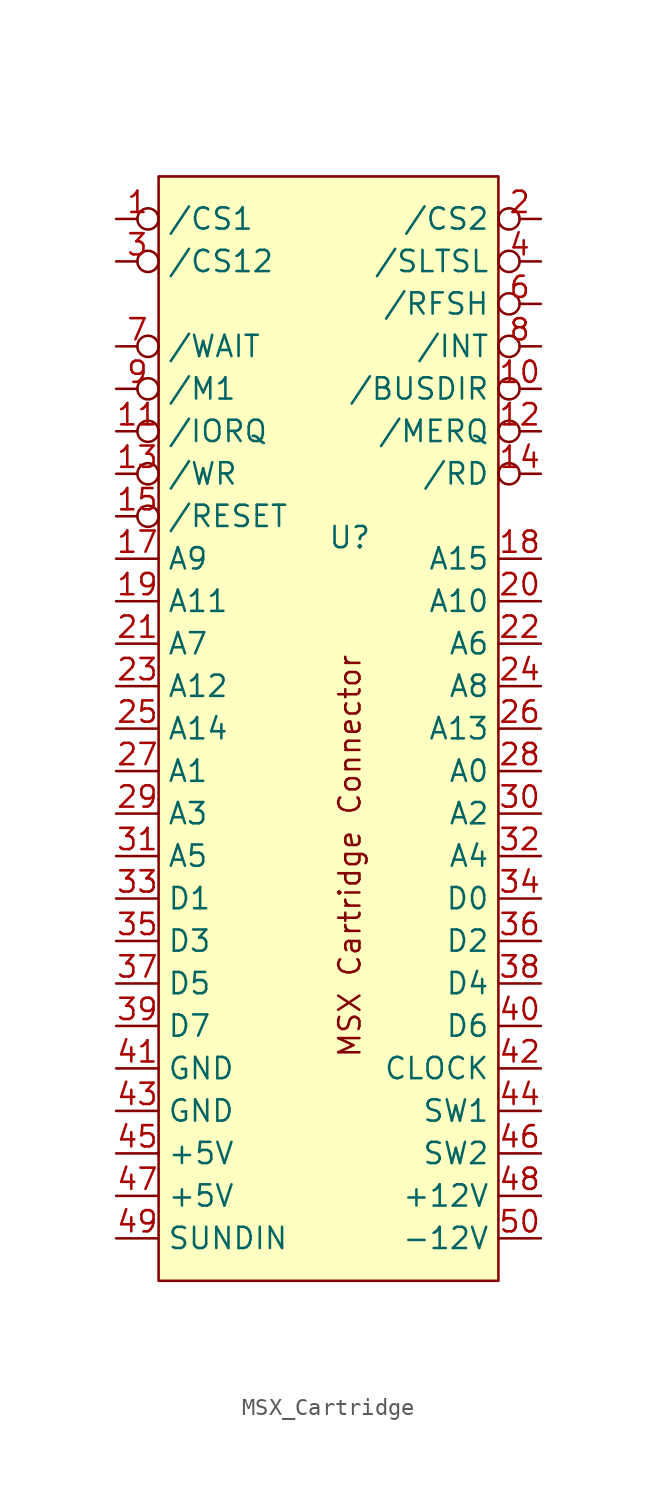
<source format=kicad_sym>
(kicad_symbol_lib
  (version 20220914)
  (generator kicad_symbol_editor)
  (symbol "MSX_Cartridge"
    (property "Reference" "U"
      (at 0 0 0)
      (effects (font (size 1.27 1.27))))
    (property "Value" ""
      (at 0 0 0)
      (effects (font (size 1.27 1.27))))
    (symbol "MSX_Cartridge_1_1"
      (rectangle (start -11.43 21.59) (end 8.89 -44.45) (stroke (width 0) (type default)) (fill (type background)))
      (text "MSX Cartridge Connector" (at 0 -19.05 900) (effects (font (size 1.27 1.27))))
      (pin output inverted (at -13.97 19.05 0) (length 2.54) (name "/CS1" (effects (font (size 1.27 1.27)))) (number "1" (effects (font (size 1.27 1.27)))))
      (pin input inverted (at 11.43 8.89 180) (length 2.54) (name "/BUSDIR" (effects (font (size 1.27 1.27)))) (number "10" (effects (font (size 1.27 1.27)))))
      (pin output inverted (at -13.97 6.35 0) (length 2.54) (name "/IORQ" (effects (font (size 1.27 1.27)))) (number "11" (effects (font (size 1.27 1.27)))))
      (pin output inverted (at 11.43 6.35 180) (length 2.54) (name "/MERQ" (effects (font (size 1.27 1.27)))) (number "12" (effects (font (size 1.27 1.27)))))
      (pin output inverted (at -13.97 3.81 0) (length 2.54) (name "/WR" (effects (font (size 1.27 1.27)))) (number "13" (effects (font (size 1.27 1.27)))))
      (pin output inverted (at 11.43 3.81 180) (length 2.54) (name "/RD" (effects (font (size 1.27 1.27)))) (number "14" (effects (font (size 1.27 1.27)))))
      (pin output inverted (at -13.97 1.27 0) (length 2.54) (name "/RESET" (effects (font (size 1.27 1.27)))) (number "15" (effects (font (size 1.27 1.27)))))
      (pin output line (at -13.97 -1.27 0) (length 2.54) (name "A9" (effects (font (size 1.27 1.27)))) (number "17" (effects (font (size 1.27 1.27)))))
      (pin output line (at 11.43 -1.27 180) (length 2.54) (name "A15" (effects (font (size 1.27 1.27)))) (number "18" (effects (font (size 1.27 1.27)))))
      (pin output line (at -13.97 -3.81 0) (length 2.54) (name "A11" (effects (font (size 1.27 1.27)))) (number "19" (effects (font (size 1.27 1.27)))))
      (pin output inverted (at 11.43 19.05 180) (length 2.54) (name "/CS2" (effects (font (size 1.27 1.27)))) (number "2" (effects (font (size 1.27 1.27)))))
      (pin output line (at 11.43 -3.81 180) (length 2.54) (name "A10" (effects (font (size 1.27 1.27)))) (number "20" (effects (font (size 1.27 1.27)))))
      (pin output line (at -13.97 -6.35 0) (length 2.54) (name "A7" (effects (font (size 1.27 1.27)))) (number "21" (effects (font (size 1.27 1.27)))))
      (pin output line (at 11.43 -6.35 180) (length 2.54) (name "A6" (effects (font (size 1.27 1.27)))) (number "22" (effects (font (size 1.27 1.27)))))
      (pin output line (at -13.97 -8.89 0) (length 2.54) (name "A12" (effects (font (size 1.27 1.27)))) (number "23" (effects (font (size 1.27 1.27)))))
      (pin output line (at 11.43 -8.89 180) (length 2.54) (name "A8" (effects (font (size 1.27 1.27)))) (number "24" (effects (font (size 1.27 1.27)))))
      (pin output line (at -13.97 -11.43 0) (length 2.54) (name "A14" (effects (font (size 1.27 1.27)))) (number "25" (effects (font (size 1.27 1.27)))))
      (pin output line (at 11.43 -11.43 180) (length 2.54) (name "A13" (effects (font (size 1.27 1.27)))) (number "26" (effects (font (size 1.27 1.27)))))
      (pin output line (at -13.97 -13.97 0) (length 2.54) (name "A1" (effects (font (size 1.27 1.27)))) (number "27" (effects (font (size 1.27 1.27)))))
      (pin output line (at 11.43 -13.97 180) (length 2.54) (name "A0" (effects (font (size 1.27 1.27)))) (number "28" (effects (font (size 1.27 1.27)))))
      (pin output line (at -13.97 -16.51 0) (length 2.54) (name "A3" (effects (font (size 1.27 1.27)))) (number "29" (effects (font (size 1.27 1.27)))))
      (pin output inverted (at -13.97 16.51 0) (length 2.54) (name "/CS12" (effects (font (size 1.27 1.27)))) (number "3" (effects (font (size 1.27 1.27)))))
      (pin output line (at 11.43 -16.51 180) (length 2.54) (name "A2" (effects (font (size 1.27 1.27)))) (number "30" (effects (font (size 1.27 1.27)))))
      (pin output line (at -13.97 -19.05 0) (length 2.54) (name "A5" (effects (font (size 1.27 1.27)))) (number "31" (effects (font (size 1.27 1.27)))))
      (pin output line (at 11.43 -19.05 180) (length 2.54) (name "A4" (effects (font (size 1.27 1.27)))) (number "32" (effects (font (size 1.27 1.27)))))
      (pin tri_state line (at -13.97 -21.59 0) (length 2.54) (name "D1" (effects (font (size 1.27 1.27)))) (number "33" (effects (font (size 1.27 1.27)))))
      (pin tri_state line (at 11.43 -21.59 180) (length 2.54) (name "D0" (effects (font (size 1.27 1.27)))) (number "34" (effects (font (size 1.27 1.27)))))
      (pin tri_state line (at -13.97 -24.13 0) (length 2.54) (name "D3" (effects (font (size 1.27 1.27)))) (number "35" (effects (font (size 1.27 1.27)))))
      (pin tri_state line (at 11.43 -24.13 180) (length 2.54) (name "D2" (effects (font (size 1.27 1.27)))) (number "36" (effects (font (size 1.27 1.27)))))
      (pin tri_state line (at -13.97 -26.67 0) (length 2.54) (name "D5" (effects (font (size 1.27 1.27)))) (number "37" (effects (font (size 1.27 1.27)))))
      (pin tri_state line (at 11.43 -26.67 180) (length 2.54) (name "D4" (effects (font (size 1.27 1.27)))) (number "38" (effects (font (size 1.27 1.27)))))
      (pin tri_state line (at -13.97 -29.21 0) (length 2.54) (name "D7" (effects (font (size 1.27 1.27)))) (number "39" (effects (font (size 1.27 1.27)))))
      (pin output inverted (at 11.43 16.51 180) (length 2.54) (name "/SLTSL" (effects (font (size 1.27 1.27)))) (number "4" (effects (font (size 1.27 1.27)))))
      (pin tri_state line (at 11.43 -29.21 180) (length 2.54) (name "D6" (effects (font (size 1.27 1.27)))) (number "40" (effects (font (size 1.27 1.27)))))
      (pin power_out line (at -13.97 -31.75 0) (length 2.54) (name "GND" (effects (font (size 1.27 1.27)))) (number "41" (effects (font (size 1.27 1.27)))))
      (pin output line (at 11.43 -31.75 180) (length 2.54) (name "CLOCK" (effects (font (size 1.27 1.27)))) (number "42" (effects (font (size 1.27 1.27)))))
      (pin power_out line (at -13.97 -34.29 0) (length 2.54) (name "GND" (effects (font (size 1.27 1.27)))) (number "43" (effects (font (size 1.27 1.27)))))
      (pin bidirectional line (at 11.43 -34.29 180) (length 2.54) (name "SW1" (effects (font (size 1.27 1.27)))) (number "44" (effects (font (size 1.27 1.27)))))
      (pin power_out line (at -13.97 -36.83 0) (length 2.54) (name "+5V" (effects (font (size 1.27 1.27)))) (number "45" (effects (font (size 1.27 1.27)))))
      (pin bidirectional line (at 11.43 -36.83 180) (length 2.54) (name "SW2" (effects (font (size 1.27 1.27)))) (number "46" (effects (font (size 1.27 1.27)))))
      (pin power_out line (at -13.97 -39.37 0) (length 2.54) (name "+5V" (effects (font (size 1.27 1.27)))) (number "47" (effects (font (size 1.27 1.27)))))
      (pin power_out line (at 11.43 -39.37 180) (length 2.54) (name "+12V" (effects (font (size 1.27 1.27)))) (number "48" (effects (font (size 1.27 1.27)))))
      (pin input line (at -13.97 -41.91 0) (length 2.54) (name "SUNDIN" (effects (font (size 1.27 1.27)))) (number "49" (effects (font (size 1.27 1.27)))))
      (pin power_out line (at 11.43 -41.91 180) (length 2.54) (name "-12V" (effects (font (size 1.27 1.27)))) (number "50" (effects (font (size 1.27 1.27)))))
      (pin output inverted (at 11.43 13.97 180) (length 2.54) (name "/RFSH" (effects (font (size 1.27 1.27)))) (number "6" (effects (font (size 1.27 1.27)))))
      (pin open_collector inverted (at -13.97 11.43 0) (length 2.54) (name "/WAIT" (effects (font (size 1.27 1.27)))) (number "7" (effects (font (size 1.27 1.27)))))
      (pin open_collector inverted (at 11.43 11.43 180) (length 2.54) (name "/INT" (effects (font (size 1.27 1.27)))) (number "8" (effects (font (size 1.27 1.27)))))
      (pin output inverted (at -13.97 8.89 0) (length 2.54) (name "/M1" (effects (font (size 1.27 1.27)))) (number "9" (effects (font (size 1.27 1.27))))))))
</source>
